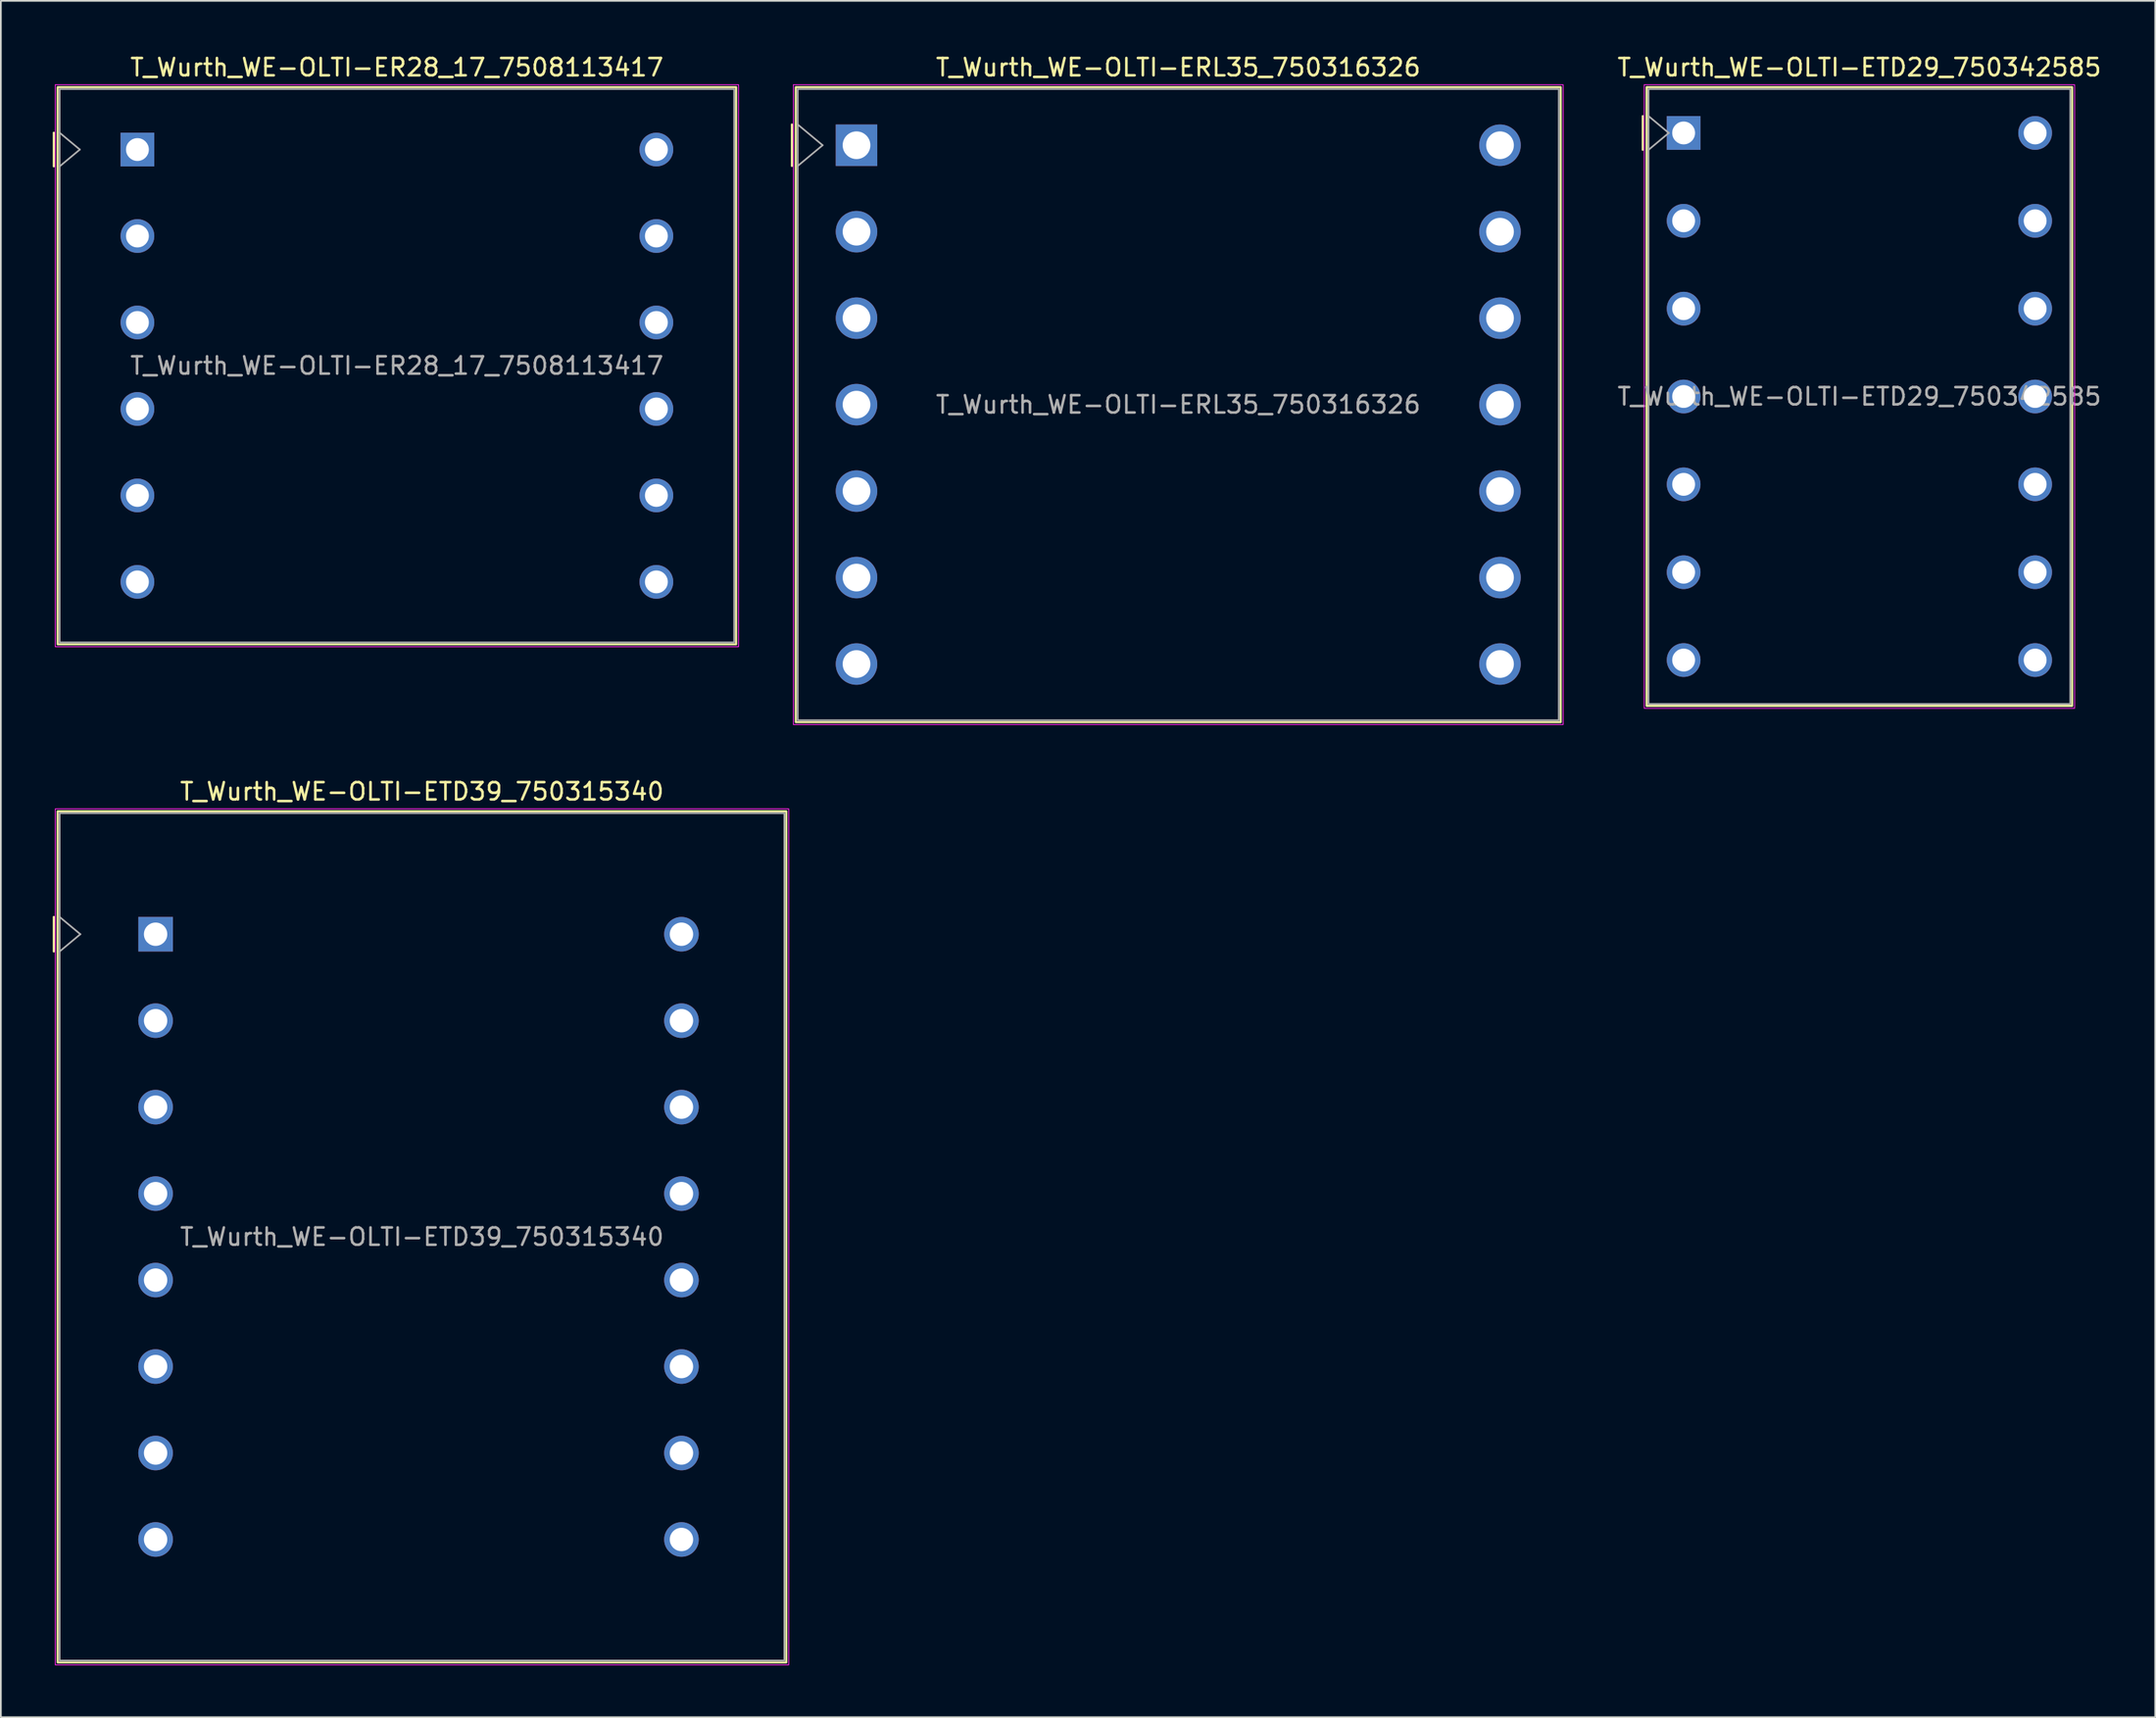
<source format=kicad_pcb>
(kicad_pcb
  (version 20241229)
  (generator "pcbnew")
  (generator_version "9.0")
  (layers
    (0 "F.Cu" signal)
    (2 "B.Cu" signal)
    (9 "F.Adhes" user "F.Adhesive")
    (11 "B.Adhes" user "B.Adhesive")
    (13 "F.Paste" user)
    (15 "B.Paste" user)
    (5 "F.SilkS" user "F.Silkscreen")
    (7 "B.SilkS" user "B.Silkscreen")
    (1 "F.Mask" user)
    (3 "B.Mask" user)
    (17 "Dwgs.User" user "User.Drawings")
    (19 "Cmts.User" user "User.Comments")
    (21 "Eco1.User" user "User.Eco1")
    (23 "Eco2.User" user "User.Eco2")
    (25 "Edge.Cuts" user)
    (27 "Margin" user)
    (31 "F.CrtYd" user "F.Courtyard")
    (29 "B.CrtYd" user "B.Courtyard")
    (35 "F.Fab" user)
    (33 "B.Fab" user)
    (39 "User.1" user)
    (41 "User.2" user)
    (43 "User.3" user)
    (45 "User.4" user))
  (footprint "T_Wurth_WE-OLTI-ETD29_750342585"
    (layer "F.Cu")
    (at 94.281 4.638)
    (property "Reference" "T_Wurth_WE-OLTI-ETD29_750342585" (at 10.16 -3.79 0) (unlocked yes) (layer "F.SilkS") (effects (font (size 1 1) (thickness 0.15))))
    (attr smd)
    (fp_line (start -2.365 -0.975) (end -2.365 0.975) (stroke (width 0.12) (type solid)) (layer "F.SilkS"))
    (fp_rect (start -2.14 -2.65) (end 22.46 33.13) (stroke (width 0.12) (type solid)) (fill no) (layer "F.SilkS"))
    (fp_rect (start -2.28 -2.79) (end 22.6 33.27) (stroke (width 0.05) (type solid)) (fill no) (layer "F.CrtYd"))
    (fp_line (start -2.03 -0.975) (end -0.86 0) (stroke (width 0.1) (type solid)) (layer "F.Fab"))
    (fp_line (start -2.03 0.975) (end -0.86 0) (stroke (width 0.1) (type solid)) (layer "F.Fab"))
    (fp_rect (start -2.03 -2.54) (end 22.35 33.02) (stroke (width 0.1) (type solid)) (fill no) (layer "F.Fab"))
    (fp_text user "${REFERENCE}" (at 10.16 15.24 0) (unlocked yes) (layer "F.Fab") (effects (font (size 1 1) (thickness 0.15))))
    (pad "1" thru_hole rect (at 0 0) (size 1.95 1.95) (drill 1.32) (layers "*.Cu" "*.Mask"))
    (pad "2" thru_hole circle (at 0 5.08) (size 1.95 1.95) (drill 1.32) (layers "*.Cu" "*.Mask"))
    (pad "3" thru_hole circle (at 0 10.16) (size 1.95 1.95) (drill 1.32) (layers "*.Cu" "*.Mask"))
    (pad "4" thru_hole circle (at 0 15.24) (size 1.95 1.95) (drill 1.32) (layers "*.Cu" "*.Mask"))
    (pad "5" thru_hole circle (at 0 20.32) (size 1.95 1.95) (drill 1.32) (layers "*.Cu" "*.Mask"))
    (pad "6" thru_hole circle (at 0 25.4) (size 1.95 1.95) (drill 1.32) (layers "*.Cu" "*.Mask"))
    (pad "7" thru_hole circle (at 0 30.48) (size 1.95 1.95) (drill 1.32) (layers "*.Cu" "*.Mask"))
    (pad "8" thru_hole circle (at 20.32 30.48) (size 1.95 1.95) (drill 1.32) (layers "*.Cu" "*.Mask"))
    (pad "9" thru_hole circle (at 20.32 25.4) (size 1.95 1.95) (drill 1.32) (layers "*.Cu" "*.Mask"))
    (pad "10" thru_hole circle (at 20.32 20.32) (size 1.95 1.95) (drill 1.32) (layers "*.Cu" "*.Mask"))
    (pad "11" thru_hole circle (at 20.32 15.24) (size 1.95 1.95) (drill 1.32) (layers "*.Cu" "*.Mask"))
    (pad "12" thru_hole circle (at 20.32 10.16) (size 1.95 1.95) (drill 1.32) (layers "*.Cu" "*.Mask"))
    (pad "13" thru_hole circle (at 20.32 5.08) (size 1.95 1.95) (drill 1.32) (layers "*.Cu" "*.Mask"))
    (pad "14" thru_hole circle (at 20.32 0) (size 1.95 1.95) (drill 1.32) (layers "*.Cu" "*.Mask")))
  (footprint "T_Wurth_WE-OLTI-ERL35_750316326"
    (layer "F.Cu")
    (at 46.465 5.348)
    (property "Reference" "T_Wurth_WE-OLTI-ERL35_750316326" (at 18.6 -4.5 0) (unlocked yes) (layer "F.SilkS") (effects (font (size 1 1) (thickness 0.15))))
    (attr smd)
    (fp_line (start -3.735 -1.2) (end -3.735 1.2) (stroke (width 0.12) (type solid)) (layer "F.SilkS"))
    (fp_rect (start -3.51 -3.36) (end 40.71 33.36) (stroke (width 0.12) (type solid)) (fill no) (layer "F.SilkS"))
    (fp_rect (start -3.65 -3.5) (end 40.85 33.5) (stroke (width 0.05) (type solid)) (fill no) (layer "F.CrtYd"))
    (fp_line (start -3.4 -1.2) (end -1.96 0) (stroke (width 0.1) (type solid)) (layer "F.Fab"))
    (fp_line (start -3.4 1.2) (end -1.96 0) (stroke (width 0.1) (type solid)) (layer "F.Fab"))
    (fp_rect (start -3.4 -3.25) (end 40.6 33.25) (stroke (width 0.1) (type solid)) (fill no) (layer "F.Fab"))
    (fp_text user "${REFERENCE}" (at 18.6 15 0) (unlocked yes) (layer "F.Fab") (effects (font (size 1 1) (thickness 0.15))))
    (pad "1" thru_hole rect (at 0 0) (size 2.4 2.4) (drill 1.6) (layers "*.Cu" "*.Mask"))
    (pad "2" thru_hole circle (at 0 5) (size 2.4 2.4) (drill 1.6) (layers "*.Cu" "*.Mask"))
    (pad "3" thru_hole circle (at 0 10) (size 2.4 2.4) (drill 1.6) (layers "*.Cu" "*.Mask"))
    (pad "4" thru_hole circle (at 0 15) (size 2.4 2.4) (drill 1.6) (layers "*.Cu" "*.Mask"))
    (pad "5" thru_hole circle (at 0 20) (size 2.4 2.4) (drill 1.6) (layers "*.Cu" "*.Mask"))
    (pad "6" thru_hole circle (at 0 25) (size 2.4 2.4) (drill 1.6) (layers "*.Cu" "*.Mask"))
    (pad "7" thru_hole circle (at 0 30) (size 2.4 2.4) (drill 1.6) (layers "*.Cu" "*.Mask"))
    (pad "8" thru_hole circle (at 37.2 30) (size 2.4 2.4) (drill 1.6) (layers "*.Cu" "*.Mask"))
    (pad "9" thru_hole circle (at 37.2 25) (size 2.4 2.4) (drill 1.6) (layers "*.Cu" "*.Mask"))
    (pad "10" thru_hole circle (at 37.2 20) (size 2.4 2.4) (drill 1.6) (layers "*.Cu" "*.Mask"))
    (pad "11" thru_hole circle (at 37.2 15) (size 2.4 2.4) (drill 1.6) (layers "*.Cu" "*.Mask"))
    (pad "12" thru_hole circle (at 37.2 10) (size 2.4 2.4) (drill 1.6) (layers "*.Cu" "*.Mask"))
    (pad "13" thru_hole circle (at 37.2 5) (size 2.4 2.4) (drill 1.6) (layers "*.Cu" "*.Mask"))
    (pad "14" thru_hole circle (at 37.2 0) (size 2.4 2.4) (drill 1.6) (layers "*.Cu" "*.Mask")))
  (footprint "T_Wurth_WE-OLTI-ER28_17_7508113417"
    (layer "F.Cu")
    (at 4.895 5.598)
    (property "Reference" "T_Wurth_WE-OLTI-ER28_17_7508113417" (at 15 -4.75 0) (unlocked yes) (layer "F.SilkS") (effects (font (size 1 1) (thickness 0.15))))
    (attr smd)
    (fp_line (start -4.835 -0.975) (end -4.835 0.975) (stroke (width 0.12) (type solid)) (layer "F.SilkS"))
    (fp_rect (start -4.61 -3.61) (end 34.61 28.61) (stroke (width 0.12) (type solid)) (fill no) (layer "F.SilkS"))
    (fp_rect (start -4.75 -3.75) (end 34.75 28.75) (stroke (width 0.05) (type solid)) (fill no) (layer "F.CrtYd"))
    (fp_line (start -4.5 -0.975) (end -3.33 0) (stroke (width 0.1) (type solid)) (layer "F.Fab"))
    (fp_line (start -4.5 0.975) (end -3.33 0) (stroke (width 0.1) (type solid)) (layer "F.Fab"))
    (fp_rect (start -4.5 -3.5) (end 34.5 28.5) (stroke (width 0.1) (type solid)) (fill no) (layer "F.Fab"))
    (fp_text user "${REFERENCE}" (at 15 12.5 0) (unlocked yes) (layer "F.Fab") (effects (font (size 1 1) (thickness 0.15))))
    (pad "1" thru_hole rect (at 0 0) (size 1.95 1.95) (drill 1.32) (layers "*.Cu" "*.Mask"))
    (pad "2" thru_hole circle (at 0 5) (size 1.95 1.95) (drill 1.32) (layers "*.Cu" "*.Mask"))
    (pad "3" thru_hole circle (at 0 10) (size 1.95 1.95) (drill 1.32) (layers "*.Cu" "*.Mask"))
    (pad "4" thru_hole circle (at 0 15) (size 1.95 1.95) (drill 1.32) (layers "*.Cu" "*.Mask"))
    (pad "5" thru_hole circle (at 0 20) (size 1.95 1.95) (drill 1.32) (layers "*.Cu" "*.Mask"))
    (pad "6" thru_hole circle (at 0 25) (size 1.95 1.95) (drill 1.32) (layers "*.Cu" "*.Mask"))
    (pad "7" thru_hole circle (at 30 25) (size 1.95 1.95) (drill 1.32) (layers "*.Cu" "*.Mask"))
    (pad "8" thru_hole circle (at 30 20) (size 1.95 1.95) (drill 1.32) (layers "*.Cu" "*.Mask"))
    (pad "9" thru_hole circle (at 30 15) (size 1.95 1.95) (drill 1.32) (layers "*.Cu" "*.Mask"))
    (pad "10" thru_hole circle (at 30 10) (size 1.95 1.95) (drill 1.32) (layers "*.Cu" "*.Mask"))
    (pad "11" thru_hole circle (at 30 5) (size 1.95 1.95) (drill 1.32) (layers "*.Cu" "*.Mask"))
    (pad "12" thru_hole circle (at 30 0) (size 1.95 1.95) (drill 1.32) (layers "*.Cu" "*.Mask")))
  (footprint "T_Wurth_WE-OLTI-ETD39_750315340"
    (layer "F.Cu")
    (at 5.945 50.971)
    (property "Reference" "T_Wurth_WE-OLTI-ETD39_750315340" (at 15.4 -8.25 0) (unlocked yes) (layer "F.SilkS") (effects (font (size 1 1) (thickness 0.15))))
    (attr smd)
    (fp_line (start -5.885 -1) (end -5.885 1) (stroke (width 0.12) (type solid)) (layer "F.SilkS"))
    (fp_rect (start -5.66 -7.11) (end 36.46 42.11) (stroke (width 0.12) (type solid)) (fill no) (layer "F.SilkS"))
    (fp_rect (start -5.8 -7.25) (end 36.6 42.25) (stroke (width 0.05) (type solid)) (fill no) (layer "F.CrtYd"))
    (fp_line (start -5.55 -1) (end -4.35 0) (stroke (width 0.1) (type solid)) (layer "F.Fab"))
    (fp_line (start -5.55 1) (end -4.35 0) (stroke (width 0.1) (type solid)) (layer "F.Fab"))
    (fp_rect (start -5.55 -7) (end 36.35 42) (stroke (width 0.1) (type solid)) (fill no) (layer "F.Fab"))
    (fp_text user "${REFERENCE}" (at 15.4 17.5 0) (unlocked yes) (layer "F.Fab") (effects (font (size 1 1) (thickness 0.15))))
    (pad "1" thru_hole rect (at 0 0) (size 2 2) (drill 1.35) (layers "*.Cu" "*.Mask"))
    (pad "2" thru_hole circle (at 0 5) (size 2 2) (drill 1.35) (layers "*.Cu" "*.Mask"))
    (pad "3" thru_hole circle (at 0 10) (size 2 2) (drill 1.35) (layers "*.Cu" "*.Mask"))
    (pad "4" thru_hole circle (at 0 15) (size 2 2) (drill 1.35) (layers "*.Cu" "*.Mask"))
    (pad "5" thru_hole circle (at 0 20) (size 2 2) (drill 1.35) (layers "*.Cu" "*.Mask"))
    (pad "6" thru_hole circle (at 0 25) (size 2 2) (drill 1.35) (layers "*.Cu" "*.Mask"))
    (pad "7" thru_hole circle (at 0 30) (size 2 2) (drill 1.35) (layers "*.Cu" "*.Mask"))
    (pad "8" thru_hole circle (at 0 35) (size 2 2) (drill 1.35) (layers "*.Cu" "*.Mask"))
    (pad "9" thru_hole circle (at 30.4 35) (size 2 2) (drill 1.35) (layers "*.Cu" "*.Mask"))
    (pad "10" thru_hole circle (at 30.4 30) (size 2 2) (drill 1.35) (layers "*.Cu" "*.Mask"))
    (pad "11" thru_hole circle (at 30.4 25) (size 2 2) (drill 1.35) (layers "*.Cu" "*.Mask"))
    (pad "12" thru_hole circle (at 30.4 20) (size 2 2) (drill 1.35) (layers "*.Cu" "*.Mask"))
    (pad "13" thru_hole circle (at 30.4 15) (size 2 2) (drill 1.35) (layers "*.Cu" "*.Mask"))
    (pad "14" thru_hole circle (at 30.4 10) (size 2 2) (drill 1.35) (layers "*.Cu" "*.Mask"))
    (pad "15" thru_hole circle (at 30.4 5) (size 2 2) (drill 1.35) (layers "*.Cu" "*.Mask"))
    (pad "16" thru_hole circle (at 30.4 0) (size 2 2) (drill 1.35) (layers "*.Cu" "*.Mask")))
  (gr_rect
    (start -3 -3)
    (end 121.542 96.246)
    (stroke (width 0.1) (type default))
    (fill no)
    (layer "Edge.Cuts")))
</source>
